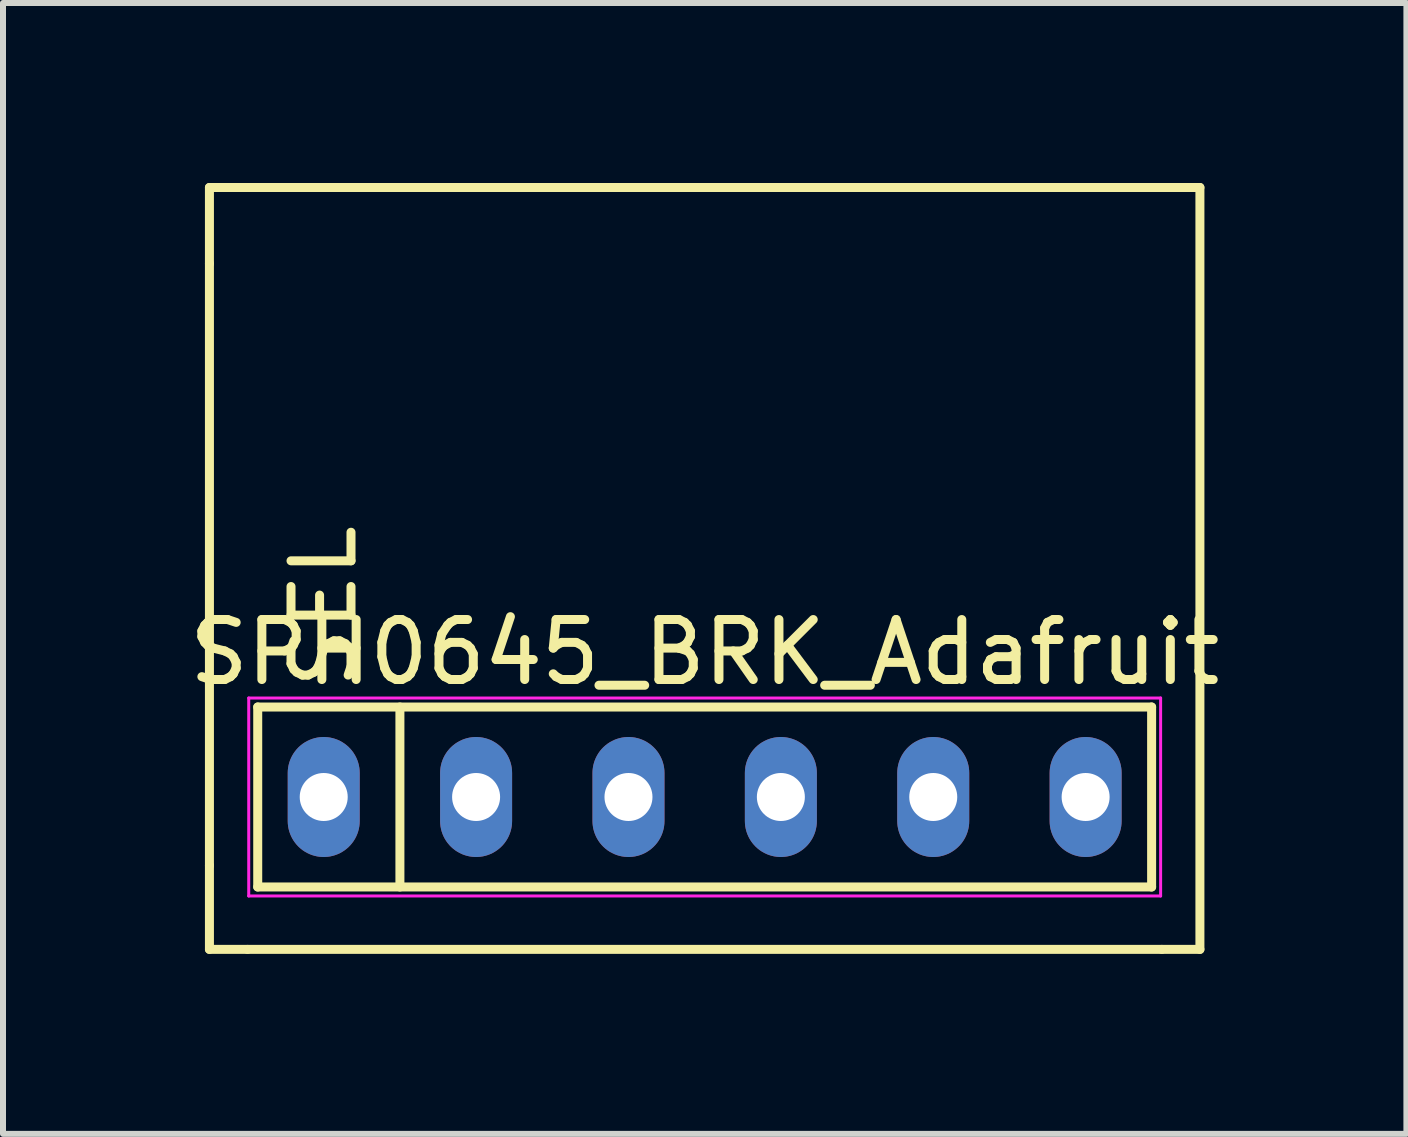
<source format=kicad_pcb>
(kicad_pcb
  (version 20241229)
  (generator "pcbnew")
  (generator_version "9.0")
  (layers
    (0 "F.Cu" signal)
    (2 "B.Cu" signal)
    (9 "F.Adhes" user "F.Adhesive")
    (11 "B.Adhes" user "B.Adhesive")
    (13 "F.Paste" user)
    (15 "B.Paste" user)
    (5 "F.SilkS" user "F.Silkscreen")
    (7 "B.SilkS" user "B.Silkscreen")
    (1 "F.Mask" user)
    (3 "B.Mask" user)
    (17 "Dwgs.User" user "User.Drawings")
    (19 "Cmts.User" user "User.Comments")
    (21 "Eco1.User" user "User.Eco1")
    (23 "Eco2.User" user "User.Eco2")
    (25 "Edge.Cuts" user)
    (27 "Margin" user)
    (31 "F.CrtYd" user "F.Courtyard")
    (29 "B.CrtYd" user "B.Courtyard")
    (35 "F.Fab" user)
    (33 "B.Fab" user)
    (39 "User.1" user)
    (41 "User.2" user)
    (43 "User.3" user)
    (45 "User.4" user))
  (footprint "SPH0645_BRK_Adafruit"
    (layer "F.Cu")
    (at 8.696 10.235)
    (property "Reference" "SPH0645_BRK_Adafruit" (at 0 -2.413 0) (layer "F.SilkS") (effects (font (size 1 1) (thickness 0.15))))
    (attr through_hole)
    (fp_line (start -8.255 -10.16) (end -7.62 -10.16) (stroke (width 0.15) (type solid)) (layer "F.SilkS"))
    (fp_line (start -8.255 -8.89) (end -8.255 -10.16) (stroke (width 0.15) (type solid)) (layer "F.SilkS"))
    (fp_line (start -8.255 -8.89) (end -8.255 1.143) (stroke (width 0.15) (type solid)) (layer "F.SilkS"))
    (fp_line (start -8.255 1.143) (end -8.255 2.54) (stroke (width 0.15) (type solid)) (layer "F.SilkS"))
    (fp_line (start -8.255 2.54) (end -7.62 2.54) (stroke (width 0.15) (type solid)) (layer "F.SilkS"))
    (fp_line (start -7.62 -10.16) (end 7.62 -10.16) (stroke (width 0.15) (type solid)) (layer "F.SilkS"))
    (fp_line (start -7.62 2.54) (end 7.62 2.54) (stroke (width 0.15) (type solid)) (layer "F.SilkS"))
    (fp_line (start -7.45 -1.5) (end 7.45 -1.5) (stroke (width 0.15) (type solid)) (layer "F.SilkS"))
    (fp_line (start -7.45 1.5) (end -7.45 -1.5) (stroke (width 0.15) (type solid)) (layer "F.SilkS"))
    (fp_line (start -5.08 -1.5) (end -5.08 1.5) (stroke (width 0.15) (type solid)) (layer "F.SilkS"))
    (fp_line (start 7.45 -1.5) (end 7.45 1.5) (stroke (width 0.15) (type solid)) (layer "F.SilkS"))
    (fp_line (start 7.45 1.5) (end -7.45 1.5) (stroke (width 0.15) (type solid)) (layer "F.SilkS"))
    (fp_line (start 7.62 2.54) (end 8.255 2.54) (stroke (width 0.15) (type solid)) (layer "F.SilkS"))
    (fp_line (start 8.255 -10.16) (end 7.62 -10.16) (stroke (width 0.15) (type solid)) (layer "F.SilkS"))
    (fp_line (start 8.255 2.54) (end 8.255 -10.16) (stroke (width 0.15) (type solid)) (layer "F.SilkS"))
    (fp_line (start -7.6 -1.65) (end 7.6 -1.65) (stroke (width 0.05) (type solid)) (layer "F.CrtYd"))
    (fp_line (start -7.6 1.65) (end -7.6 -1.65) (stroke (width 0.05) (type solid)) (layer "F.CrtYd"))
    (fp_line (start 7.6 -1.65) (end 7.6 1.65) (stroke (width 0.05) (type solid)) (layer "F.CrtYd"))
    (fp_line (start 7.6 1.65) (end -7.6 1.65) (stroke (width 0.05) (type solid)) (layer "F.CrtYd"))
    (fp_text user "SEL" (at -6.35 -3.175 90) (layer "F.SilkS") (effects (font (size 1 1) (thickness 0.15))))
    (pad "1" thru_hole oval (at -6.35 0) (size 1.2 2) (drill 0.8) (layers "*.Cu" "*.Mask"))
    (pad "2" thru_hole oval (at -3.81 0) (size 1.2 2) (drill 0.8) (layers "*.Cu" "*.Mask"))
    (pad "3" thru_hole oval (at -1.27 0) (size 1.2 2) (drill 0.8) (layers "*.Cu" "*.Mask"))
    (pad "4" thru_hole oval (at 1.27 0) (size 1.2 2) (drill 0.8) (layers "*.Cu" "*.Mask"))
    (pad "5" thru_hole oval (at 3.81 0) (size 1.2 2) (drill 0.8) (layers "*.Cu" "*.Mask"))
    (pad "6" thru_hole oval (at 6.35 0) (size 1.2 2) (drill 0.8) (layers "*.Cu" "*.Mask")))
  (gr_rect
    (start -3 -3)
    (end 20.393 15.85)
    (stroke (width 0.1) (type default))
    (fill no)
    (layer "Edge.Cuts")))
</source>
